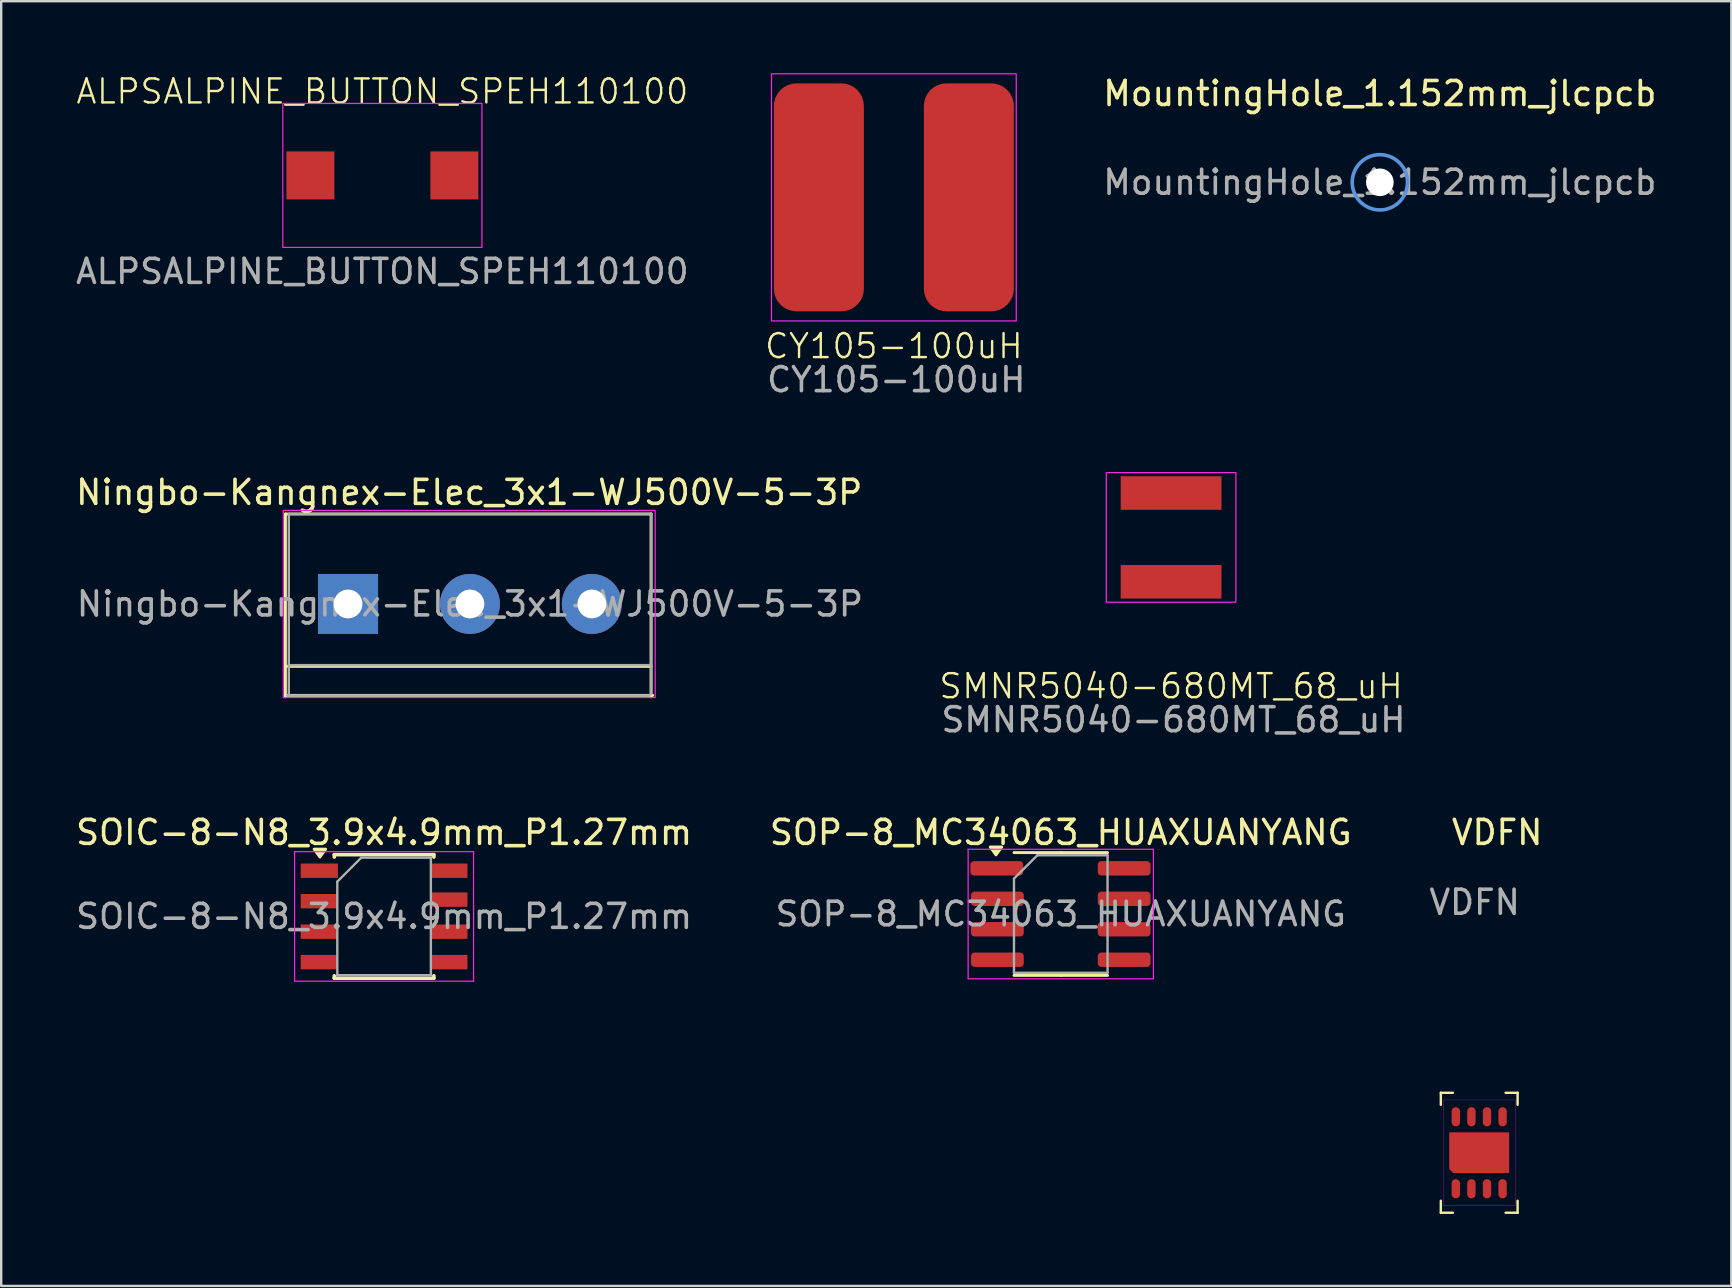
<source format=kicad_pcb>
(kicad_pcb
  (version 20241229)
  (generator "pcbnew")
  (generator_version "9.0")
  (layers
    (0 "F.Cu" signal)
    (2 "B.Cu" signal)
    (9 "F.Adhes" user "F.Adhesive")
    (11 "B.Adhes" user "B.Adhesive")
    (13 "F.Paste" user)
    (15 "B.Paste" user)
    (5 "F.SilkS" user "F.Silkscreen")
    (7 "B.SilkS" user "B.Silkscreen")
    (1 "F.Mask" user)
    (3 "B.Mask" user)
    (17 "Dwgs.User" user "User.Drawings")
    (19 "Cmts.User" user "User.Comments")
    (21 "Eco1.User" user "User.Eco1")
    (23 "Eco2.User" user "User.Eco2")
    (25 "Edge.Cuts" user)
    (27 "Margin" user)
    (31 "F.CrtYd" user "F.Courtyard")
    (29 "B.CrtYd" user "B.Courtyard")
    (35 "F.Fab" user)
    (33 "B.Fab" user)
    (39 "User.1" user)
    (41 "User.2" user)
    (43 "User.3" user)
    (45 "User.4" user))
  (footprint "Ningbo-Kangnex-Elec_3x1-WJ500V-5-3P"
    (layer "F.Cu")
    (at 16.636 22.172)
    (property "Reference" "Ningbo-Kangnex-Elec_3x1-WJ500V-5-3P" (at -0.13 -4.7 0) (layer "F.SilkS") (effects (font (size 1 1) (thickness 0.15))))
    (attr through_hole)
    (fp_line (start -7.79 -3.8) (end 7.45 -3.8) (stroke (width 0.12) (type solid)) (layer "F.SilkS"))
    (fp_line (start -7.79 2.55) (end 7.45 2.55) (stroke (width 0.12) (type solid)) (layer "F.SilkS"))
    (fp_line (start -7.79 3.82) (end -7.79 -3.8) (stroke (width 0.12) (type solid)) (layer "F.SilkS"))
    (fp_line (start -7.72 3.76) (end 7.52 3.76) (stroke (width 0.12) (type solid)) (layer "F.SilkS"))
    (fp_line (start 7.45 3.82) (end 7.45 -3.8) (stroke (width 0.12) (type solid)) (layer "F.SilkS"))
    (fp_rect (start -7.88 -3.95) (end 7.62 3.85) (stroke (width 0.05) (type default)) (fill no) (layer "F.CrtYd"))
    (fp_line (start -7.65 -3.8) (end 7.45 -3.8) (stroke (width 0.1) (type solid)) (layer "F.Fab"))
    (fp_line (start -7.65 2.5) (end 7.45 2.5) (stroke (width 0.1) (type solid)) (layer "F.Fab"))
    (fp_line (start -7.65 3.7) (end -7.65 -3.8) (stroke (width 0.1) (type solid)) (layer "F.Fab"))
    (fp_line (start 7.38 3.76) (end -7.72 3.76) (stroke (width 0.1) (type solid)) (layer "F.Fab"))
    (fp_line (start 7.45 -3.8) (end 7.45 3.7) (stroke (width 0.1) (type solid)) (layer "F.Fab"))
    (fp_text user "${REFERENCE}" (at -0.1 -0.05 0) (layer "F.Fab") (effects (font (size 1 1) (thickness 0.15))))
    (pad "1" thru_hole rect (at -5.18 -0.05) (size 2.5 2.5) (drill 1.2) (layers "*.Cu" "*.Mask"))
    (pad "2" thru_hole circle (at -0.1 -0.05) (size 2.5 2.5) (drill 1.2) (layers "*.Cu" "*.Mask"))
    (pad "3" thru_hole circle (at 4.98 -0.05) (size 2.5 2.5) (drill 1.2) (layers "*.Cu" "*.Mask")))
  (footprint "SOIC-8-N8_3.9x4.9mm_P1.27mm"
    (layer "F.Cu")
    (at 12.958 35.145)
    (property "Reference" "SOIC-8-N8_3.9x4.9mm_P1.27mm" (at 0 -3.5 0) (layer "F.SilkS") (effects (font (size 1 1) (thickness 0.15))))
    (attr smd)
    (fp_line (start -2.075 -2.575) (end -2.075 -2.475) (stroke (width 0.15) (type solid)) (layer "F.SilkS"))
    (fp_line (start -2.075 -2.575) (end 2.075 -2.575) (stroke (width 0.15) (type solid)) (layer "F.SilkS"))
    (fp_line (start -2.075 2.475) (end -2.075 2.575) (stroke (width 0.15) (type solid)) (layer "F.SilkS"))
    (fp_line (start -2.075 2.575) (end 2.075 2.575) (stroke (width 0.15) (type solid)) (layer "F.SilkS"))
    (fp_line (start 2.075 -2.575) (end 2.075 -2.475) (stroke (width 0.15) (type solid)) (layer "F.SilkS"))
    (fp_line (start 2.075 2.575) (end 2.075 2.475) (stroke (width 0.15) (type solid)) (layer "F.SilkS"))
    (fp_poly (pts (xy -2.675 -2.475) (xy -2.915 -2.805) (xy -2.435 -2.805) (xy -2.675 -2.475)) (stroke (width 0.12) (type solid)) (fill yes) (layer "F.SilkS"))
    (fp_line (start -3.73 -2.7) (end -3.73 2.7) (stroke (width 0.05) (type solid)) (layer "F.CrtYd"))
    (fp_line (start -3.73 -2.7) (end 3.73 -2.7) (stroke (width 0.05) (type solid)) (layer "F.CrtYd"))
    (fp_line (start -3.73 2.7) (end 3.73 2.7) (stroke (width 0.05) (type solid)) (layer "F.CrtYd"))
    (fp_line (start 3.73 -2.7) (end 3.73 2.7) (stroke (width 0.05) (type solid)) (layer "F.CrtYd"))
    (fp_line (start -1.95 -1.45) (end -0.95 -2.45) (stroke (width 0.1) (type solid)) (layer "F.Fab"))
    (fp_line (start -1.95 2.45) (end -1.95 -1.45) (stroke (width 0.1) (type solid)) (layer "F.Fab"))
    (fp_line (start -0.95 -2.45) (end 1.95 -2.45) (stroke (width 0.1) (type solid)) (layer "F.Fab"))
    (fp_line (start 1.95 -2.45) (end 1.95 2.45) (stroke (width 0.1) (type solid)) (layer "F.Fab"))
    (fp_line (start 1.95 2.45) (end -1.95 2.45) (stroke (width 0.1) (type solid)) (layer "F.Fab"))
    (fp_text user "${REFERENCE}" (at 0 0 0) (layer "F.Fab") (effects (font (size 1 1) (thickness 0.15))))
    (pad "1" smd rect (at -2.7 -1.905) (size 1.55 0.6) (layers "F.Cu" "F.Mask" "F.Paste"))
    (pad "2" smd rect (at -2.7 -0.635) (size 1.55 0.6) (layers "F.Cu" "F.Mask" "F.Paste"))
    (pad "3" smd rect (at -2.7 0.635) (size 1.55 0.6) (layers "F.Cu" "F.Mask" "F.Paste"))
    (pad "4" smd rect (at -2.7 1.905) (size 1.55 0.6) (layers "F.Cu" "F.Mask" "F.Paste"))
    (pad "5" smd rect (at 2.7 1.905) (size 1.55 0.6) (layers "F.Cu" "F.Mask" "F.Paste"))
    (pad "6" smd rect (at 2.7 0.635) (size 1.55 0.6) (layers "F.Cu" "F.Mask" "F.Paste"))
    (pad "7" smd rect (at 2.7 -0.7) (size 1.55 0.6) (layers "F.Cu" "F.Mask" "F.Paste"))
    (pad "8" smd rect (at 2.7 -1.905) (size 1.55 0.6) (layers "F.Cu" "F.Mask" "F.Paste")))
  (footprint "ALPSALPINE_BUTTON_SPEH110100"
    (layer "F.Cu")
    (at 12.887 4.261)
    (property "Reference" "ALPSALPINE_BUTTON_SPEH110100" (at 0 -3.5 0) (unlocked yes) (layer "F.SilkS") (effects (font (size 1 1) (thickness 0.1))))
    (attr smd)
    (fp_rect (start -4.15 -3) (end 4.15 3) (stroke (width 0.05) (type default)) (fill no) (layer "F.CrtYd"))
    (fp_text user "${REFERENCE}" (at 0 4 0) (unlocked yes) (layer "F.Fab") (effects (font (size 1 1) (thickness 0.15))))
    (pad "1" smd rect (at -3 0) (size 2 2) (layers "F.Cu" "F.Mask" "F.Paste"))
    (pad "2" smd rect (at 3 0) (size 2 2) (layers "F.Cu" "F.Mask" "F.Paste")))
  (footprint "SMNR5040-680MT_68_uH"
    (layer "F.Cu")
    (at 45.759 19.348)
    (property "Reference" "SMNR5040-680MT_68_uH" (at 0 6.2 0) (unlocked yes) (layer "F.SilkS") (effects (font (size 1 1) (thickness 0.1))))
    (attr smd)
    (fp_rect (start -2.7 -2.7) (end 2.7 2.7) (stroke (width 0.05) (type default)) (fill no) (layer "F.CrtYd"))
    (fp_text user "${REFERENCE}" (at 0.1 7.6 0) (unlocked yes) (layer "F.Fab") (effects (font (size 1 1) (thickness 0.15))))
    (pad "1" smd rect (at 0 -1.85) (size 4.2 1.4) (layers "F.Cu" "F.Mask" "F.Paste"))
    (pad "2" smd rect (at 0 1.85) (size 4.2 1.4) (layers "F.Cu" "F.Mask" "F.Paste")))
  (footprint "VDFN"
    (layer "F.Cu")
    (at 58.601 44.995)
    (property "Reference" "VDFN" (at 0.75 -13.35 0) (unlocked yes) (layer "F.SilkS") (effects (font (size 1 1) (thickness 0.15))))
    (attr smd)
    (fp_line (start -1.6 -2.5) (end -1.6 -2) (stroke (width 0.1) (type default)) (layer "F.SilkS"))
    (fp_line (start -1.6 2) (end -1.6 2.5) (stroke (width 0.1) (type default)) (layer "F.SilkS"))
    (fp_line (start -1.6 2.5) (end -1.1 2.5) (stroke (width 0.1) (type default)) (layer "F.SilkS"))
    (fp_line (start -1.1 -2.5) (end -1.6 -2.5) (stroke (width 0.1) (type default)) (layer "F.SilkS"))
    (fp_line (start 1.1 2.5) (end 1.6 2.5) (stroke (width 0.1) (type default)) (layer "F.SilkS"))
    (fp_line (start 1.6 -2.5) (end 1.1 -2.5) (stroke (width 0.1) (type default)) (layer "F.SilkS"))
    (fp_line (start 1.6 -2) (end 1.6 -2.5) (stroke (width 0.1) (type default)) (layer "F.SilkS"))
    (fp_line (start 1.6 2.5) (end 1.6 2) (stroke (width 0.1) (type default)) (layer "F.SilkS"))
    (fp_rect (start -1.5 -2.2) (end 1.5 2.2) (stroke (width 0.01) (type default)) (fill no) (layer "F.CrtYd"))
    (fp_text user "${REFERENCE}" (at -0.19 -10.44 0) (unlocked yes) (layer "F.Fab") (effects (font (size 1 1) (thickness 0.15))))
    (pad "1" smd oval (at -0.975 1.5) (size 0.35 0.8) (layers "F.Cu" "F.Mask" "F.Paste"))
    (pad "2" smd oval (at -0.325 1.5) (size 0.35 0.8) (layers "F.Cu" "F.Mask" "F.Paste"))
    (pad "3" smd oval (at 0.325 1.5) (size 0.35 0.8) (layers "F.Cu" "F.Mask" "F.Paste"))
    (pad "4" smd oval (at 0.975 1.5) (size 0.35 0.8) (layers "F.Cu" "F.Mask" "F.Paste"))
    (pad "5" smd oval (at 0.975 -1.5) (size 0.35 0.8) (layers "F.Cu" "F.Mask" "F.Paste"))
    (pad "6" smd oval (at 0.325 -1.5) (size 0.35 0.8) (layers "F.Cu" "F.Mask" "F.Paste"))
    (pad "7" smd oval (at -0.325 -1.5) (size 0.35 0.8) (layers "F.Cu" "F.Mask" "F.Paste"))
    (pad "8" smd oval (at -0.975 -1.5) (size 0.35 0.8) (layers "F.Cu" "F.Mask" "F.Paste"))
    (pad "9" smd roundrect (at 0 0) (size 2.5 1.7) (layers "F.Cu" "F.Mask" "F.Paste") (roundrect_rratio 0) (chamfer_ratio 0.1) (chamfer bottom_left)))
  (footprint "CY105-100uH"
    (layer "F.Cu")
    (at 34.205 5.175)
    (property "Reference" "CY105-100uH" (at 0 6.2 0) (unlocked yes) (layer "F.SilkS") (effects (font (size 1 1) (thickness 0.1))))
    (attr smd)
    (fp_rect (start -5.1 -5.15) (end 5.1 5.15) (stroke (width 0.05) (type default)) (fill no) (layer "F.CrtYd"))
    (fp_text user "${REFERENCE}" (at 0.1 7.6 0) (unlocked yes) (layer "F.Fab") (effects (font (size 1 1) (thickness 0.15))))
    (pad "1" smd roundrect (at -3.125 0) (size 3.75 9.5) (layers "F.Cu" "F.Mask" "F.Paste") (roundrect_rratio 0.25))
    (pad "2" smd roundrect (at 3.125 0) (size 3.75 9.5) (layers "F.Cu" "F.Mask" "F.Paste") (roundrect_rratio 0.25)))
  (footprint "MountingHole_1.152mm_jlcpcb"
    (layer "F.Cu")
    (at 54.46 4.548)
    (property "Reference" "MountingHole_1.152mm_jlcpcb" (at 0 -3.7 0) (layer "F.SilkS") (effects (font (size 1 1) (thickness 0.15))))
    (attr exclude_from_pos_files exclude_from_bom)
    (fp_circle (center 0 0) (end 1.152 0) (stroke (width 0.15) (type solid)) (fill no) (layer "Cmts.User"))
    (fp_circle (center 0 0) (end 1.152 0) (stroke (width 0.05) (type solid)) (fill no) (layer "F.CrtYd"))
    (fp_text user "${REFERENCE}" (at 0 0 0) (layer "F.Fab") (effects (font (size 1 1) (thickness 0.15))))
    (pad "" np_thru_hole circle (at 0 0) (size 1.152 1.152) (drill 1.152) (layers "*.Cu" "*.Mask")))
  (footprint "SOP-8_MC34063_HUAXUANYANG"
    (layer "F.Cu")
    (at 41.161 35.045)
    (property "Reference" "SOP-8_MC34063_HUAXUANYANG" (at 0 -3.4 0) (layer "F.SilkS") (effects (font (size 1 1) (thickness 0.15))))
    (attr smd)
    (fp_line (start 0 -2.56) (end -1.95 -2.56) (stroke (width 0.12) (type solid)) (layer "F.SilkS"))
    (fp_line (start 0 -2.56) (end 1.95 -2.56) (stroke (width 0.12) (type solid)) (layer "F.SilkS"))
    (fp_line (start 0 2.56) (end -1.95 2.56) (stroke (width 0.12) (type solid)) (layer "F.SilkS"))
    (fp_line (start 0 2.56) (end 1.95 2.56) (stroke (width 0.12) (type solid)) (layer "F.SilkS"))
    (fp_poly (pts (xy -2.7 -2.465) (xy -2.94 -2.795) (xy -2.46 -2.795) (xy -2.7 -2.465)) (stroke (width 0.12) (type solid)) (fill yes) (layer "F.SilkS"))
    (fp_line (start -3.861 -2.7) (end -3.861 2.7) (stroke (width 0.05) (type solid)) (layer "F.CrtYd"))
    (fp_line (start -3.861 2.7) (end 3.861 2.7) (stroke (width 0.05) (type solid)) (layer "F.CrtYd"))
    (fp_line (start 3.861 -2.7) (end -3.861 -2.7) (stroke (width 0.05) (type solid)) (layer "F.CrtYd"))
    (fp_line (start 3.861 2.7) (end 3.861 -2.7) (stroke (width 0.05) (type solid)) (layer "F.CrtYd"))
    (fp_line (start -1.95 -1.475) (end -0.975 -2.45) (stroke (width 0.1) (type solid)) (layer "F.Fab"))
    (fp_line (start -1.95 2.45) (end -1.95 -1.475) (stroke (width 0.1) (type solid)) (layer "F.Fab"))
    (fp_line (start -0.975 -2.45) (end 1.95 -2.45) (stroke (width 0.1) (type solid)) (layer "F.Fab"))
    (fp_line (start 1.95 -2.45) (end 1.95 2.45) (stroke (width 0.1) (type solid)) (layer "F.Fab"))
    (fp_line (start 1.95 2.45) (end -1.95 2.45) (stroke (width 0.1) (type solid)) (layer "F.Fab"))
    (fp_text user "${REFERENCE}" (at 0 0 0) (layer "F.Fab") (effects (font (size 0.98 0.98) (thickness 0.15))))
    (pad "1" smd roundrect (at -2.667 -1.905) (size 2.2 0.6) (layers "F.Cu" "F.Mask" "F.Paste") (roundrect_rratio 0.25))
    (pad "2" smd roundrect (at -2.642 -0.635) (size 2.2 0.6) (layers "F.Cu" "F.Mask" "F.Paste") (roundrect_rratio 0.25))
    (pad "3" smd roundrect (at -2.642 0.635) (size 2.2 0.6) (layers "F.Cu" "F.Mask" "F.Paste") (roundrect_rratio 0.25))
    (pad "4" smd roundrect (at -2.642 1.905) (size 2.2 0.6) (layers "F.Cu" "F.Mask" "F.Paste") (roundrect_rratio 0.25))
    (pad "5" smd roundrect (at 2.642 1.905) (size 2.2 0.6) (layers "F.Cu" "F.Mask" "F.Paste") (roundrect_rratio 0.25))
    (pad "6" smd roundrect (at 2.642 0.635) (size 2.2 0.6) (layers "F.Cu" "F.Mask" "F.Paste") (roundrect_rratio 0.25))
    (pad "7" smd roundrect (at 2.642 -0.635) (size 2.2 0.6) (layers "F.Cu" "F.Mask" "F.Paste") (roundrect_rratio 0.25))
    (pad "8" smd roundrect (at 2.642 -1.905) (size 2.2 0.6) (layers "F.Cu" "F.Mask" "F.Paste") (roundrect_rratio 0.25)))
  (gr_rect
    (start -3 -3)
    (end 69.108 50.545)
    (stroke (width 0.1) (type default))
    (fill no)
    (layer "Edge.Cuts")))
</source>
